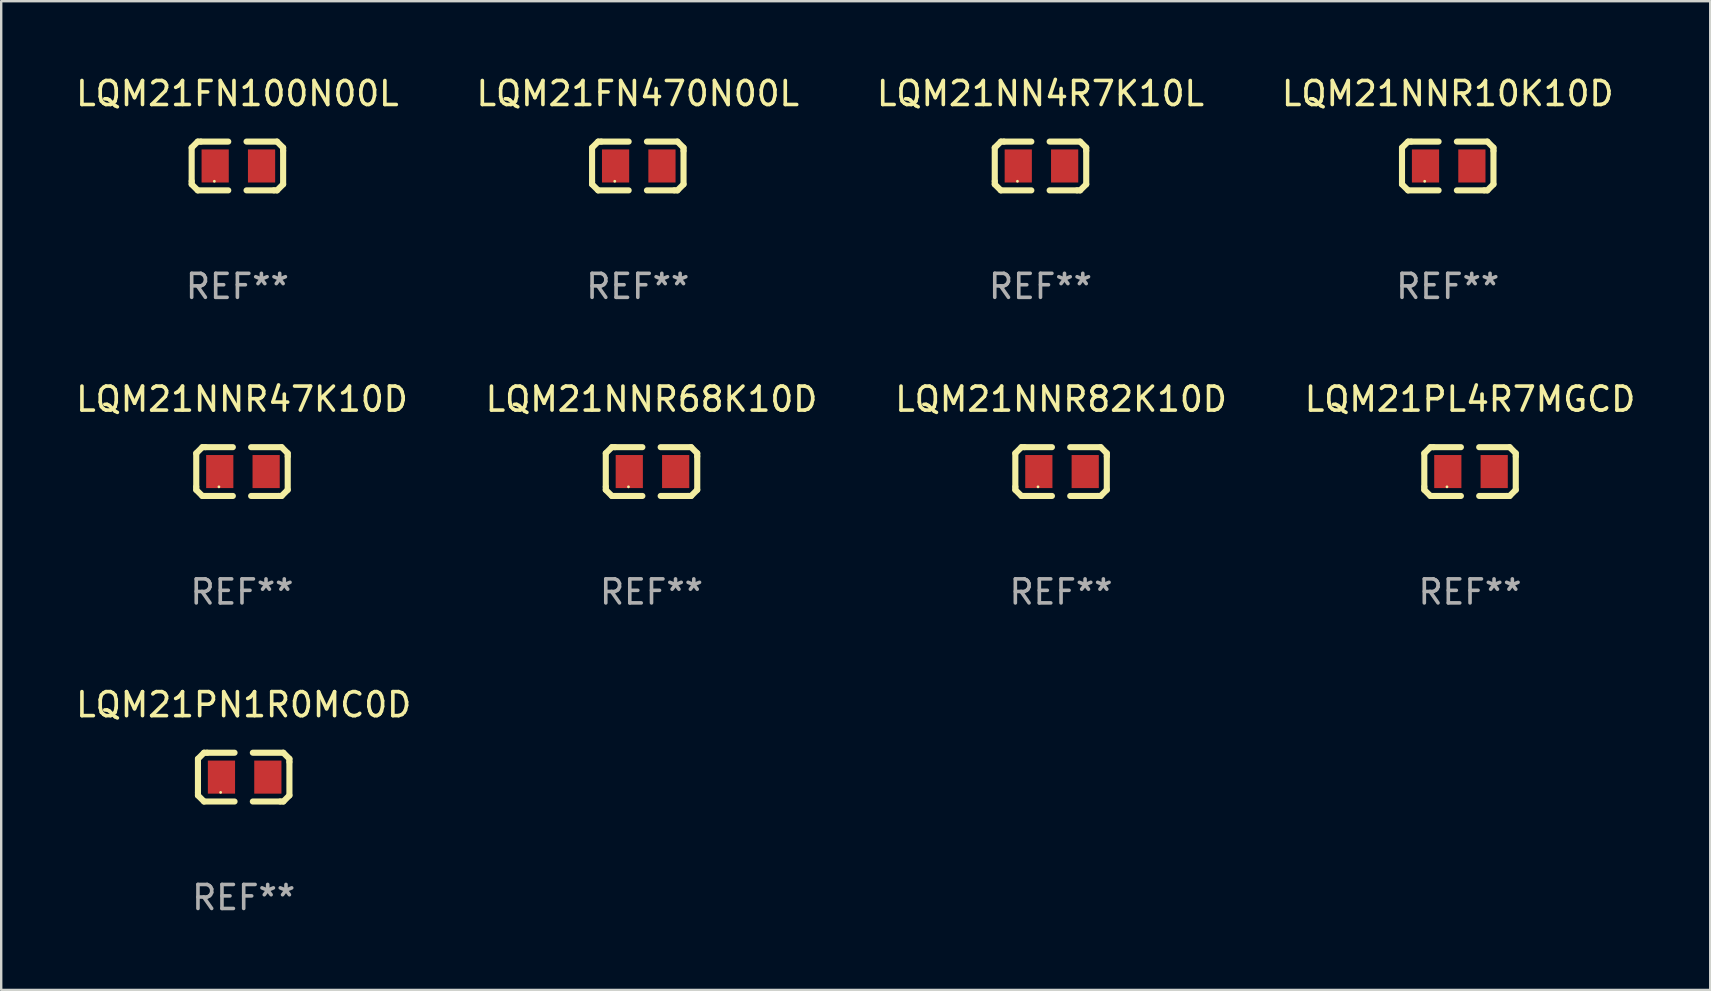
<source format=kicad_pcb>
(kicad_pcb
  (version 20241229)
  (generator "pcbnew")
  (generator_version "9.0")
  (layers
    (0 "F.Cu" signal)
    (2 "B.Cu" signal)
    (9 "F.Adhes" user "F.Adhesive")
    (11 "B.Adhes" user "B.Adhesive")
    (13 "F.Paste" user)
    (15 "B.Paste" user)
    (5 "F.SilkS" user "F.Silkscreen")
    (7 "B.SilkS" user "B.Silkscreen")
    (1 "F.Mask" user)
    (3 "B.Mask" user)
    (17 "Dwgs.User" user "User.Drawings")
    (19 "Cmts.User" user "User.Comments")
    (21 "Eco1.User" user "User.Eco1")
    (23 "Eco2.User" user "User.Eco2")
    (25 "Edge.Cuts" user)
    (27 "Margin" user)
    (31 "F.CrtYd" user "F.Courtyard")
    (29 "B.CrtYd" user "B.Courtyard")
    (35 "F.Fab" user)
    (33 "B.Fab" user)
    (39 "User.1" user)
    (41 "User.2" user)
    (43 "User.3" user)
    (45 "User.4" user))
  (footprint "LQM21NN4R7K10L"
    (layer "F.Cu")
    (at 40.292 3.864)
    (property "Reference" "LQM21NN4R7K10L" (at 0 -3.016 0) (layer "F.SilkS") (effects (font (size 1 1) (thickness 0.15))))
    (attr through_hole)
    (fp_line (start -1.905 -0.762) (end -1.905 0.635) (stroke (width 0.254) (type solid)) (layer "F.SilkS"))
    (fp_line (start -1.905 0.635) (end -1.905 0.762) (stroke (width 0.254) (type solid)) (layer "F.SilkS"))
    (fp_line (start -1.905 0.762) (end -1.651 1.016) (stroke (width 0.254) (type solid)) (layer "F.SilkS"))
    (fp_line (start -1.651 -1.016) (end -1.905 -0.762) (stroke (width 0.254) (type solid)) (layer "F.SilkS"))
    (fp_line (start -1.651 1.016) (end -0.381 1.016) (stroke (width 0.254) (type solid)) (layer "F.SilkS"))
    (fp_line (start -1.524 -1.016) (end -1.651 -1.016) (stroke (width 0.254) (type solid)) (layer "F.SilkS"))
    (fp_line (start -0.381 -1.016) (end -1.524 -1.016) (stroke (width 0.254) (type solid)) (layer "F.SilkS"))
    (fp_line (start 0.381 1.016) (end 1.524 1.016) (stroke (width 0.254) (type solid)) (layer "F.SilkS"))
    (fp_line (start 1.524 1.016) (end 1.651 1.016) (stroke (width 0.254) (type solid)) (layer "F.SilkS"))
    (fp_line (start 1.651 -1.016) (end 0.381 -1.016) (stroke (width 0.254) (type solid)) (layer "F.SilkS"))
    (fp_line (start 1.651 1.016) (end 1.905 0.762) (stroke (width 0.254) (type solid)) (layer "F.SilkS"))
    (fp_line (start 1.905 -0.762) (end 1.651 -1.016) (stroke (width 0.254) (type solid)) (layer "F.SilkS"))
    (fp_line (start 1.905 -0.635) (end 1.905 -0.762) (stroke (width 0.254) (type solid)) (layer "F.SilkS"))
    (fp_line (start 1.905 0.762) (end 1.905 -0.635) (stroke (width 0.254) (type solid)) (layer "F.SilkS"))
    (fp_circle (center -0.96 0.637) (end -0.93 0.637) (stroke (width 0.06) (type solid)) (fill no) (layer "F.SilkS"))
    (fp_text user "REF**" (at 0 5.016 0) (layer "F.Fab") (effects (font (size 1 1) (thickness 0.15))))
    (pad "1" smd rect (at -0.926 -0.000051) (size 1.133 1.377) (layers "F.Cu" "F.Mask" "F.Paste"))
    (pad "2" smd rect (at 1.006 -0.000051) (size 1.133 1.377) (layers "F.Cu" "F.Mask" "F.Paste")))
  (footprint "LQM21FN100N00L"
    (layer "F.Cu")
    (at 6.839 3.864)
    (property "Reference" "LQM21FN100N00L" (at 0 -3.016 0) (layer "F.SilkS") (effects (font (size 1 1) (thickness 0.15))))
    (attr through_hole)
    (fp_line (start -1.905 -0.762) (end -1.905 0.635) (stroke (width 0.254) (type solid)) (layer "F.SilkS"))
    (fp_line (start -1.905 0.635) (end -1.905 0.762) (stroke (width 0.254) (type solid)) (layer "F.SilkS"))
    (fp_line (start -1.905 0.762) (end -1.651 1.016) (stroke (width 0.254) (type solid)) (layer "F.SilkS"))
    (fp_line (start -1.651 -1.016) (end -1.905 -0.762) (stroke (width 0.254) (type solid)) (layer "F.SilkS"))
    (fp_line (start -1.651 1.016) (end -0.381 1.016) (stroke (width 0.254) (type solid)) (layer "F.SilkS"))
    (fp_line (start -1.524 -1.016) (end -1.651 -1.016) (stroke (width 0.254) (type solid)) (layer "F.SilkS"))
    (fp_line (start -0.381 -1.016) (end -1.524 -1.016) (stroke (width 0.254) (type solid)) (layer "F.SilkS"))
    (fp_line (start 0.381 1.016) (end 1.524 1.016) (stroke (width 0.254) (type solid)) (layer "F.SilkS"))
    (fp_line (start 1.524 1.016) (end 1.651 1.016) (stroke (width 0.254) (type solid)) (layer "F.SilkS"))
    (fp_line (start 1.651 -1.016) (end 0.381 -1.016) (stroke (width 0.254) (type solid)) (layer "F.SilkS"))
    (fp_line (start 1.651 1.016) (end 1.905 0.762) (stroke (width 0.254) (type solid)) (layer "F.SilkS"))
    (fp_line (start 1.905 -0.762) (end 1.651 -1.016) (stroke (width 0.254) (type solid)) (layer "F.SilkS"))
    (fp_line (start 1.905 -0.635) (end 1.905 -0.762) (stroke (width 0.254) (type solid)) (layer "F.SilkS"))
    (fp_line (start 1.905 0.762) (end 1.905 -0.635) (stroke (width 0.254) (type solid)) (layer "F.SilkS"))
    (fp_circle (center -0.96 0.637) (end -0.93 0.637) (stroke (width 0.06) (type solid)) (fill no) (layer "F.SilkS"))
    (fp_text user "REF**" (at 0 5.016 0) (layer "F.Fab") (effects (font (size 1 1) (thickness 0.15))))
    (pad "1" smd rect (at -0.926 -0.000051) (size 1.133 1.377) (layers "F.Cu" "F.Mask" "F.Paste"))
    (pad "2" smd rect (at 1.006 -0.000051) (size 1.133 1.377) (layers "F.Cu" "F.Mask" "F.Paste")))
  (footprint "LQM21NNR68K10D"
    (layer "F.Cu")
    (at 24.089 16.593)
    (property "Reference" "LQM21NNR68K10D" (at 0 -3.016 0) (layer "F.SilkS") (effects (font (size 1 1) (thickness 0.15))))
    (attr through_hole)
    (fp_line (start -1.905 -0.762) (end -1.905 0.635) (stroke (width 0.254) (type solid)) (layer "F.SilkS"))
    (fp_line (start -1.905 0.635) (end -1.905 0.762) (stroke (width 0.254) (type solid)) (layer "F.SilkS"))
    (fp_line (start -1.905 0.762) (end -1.651 1.016) (stroke (width 0.254) (type solid)) (layer "F.SilkS"))
    (fp_line (start -1.651 -1.016) (end -1.905 -0.762) (stroke (width 0.254) (type solid)) (layer "F.SilkS"))
    (fp_line (start -1.651 1.016) (end -0.381 1.016) (stroke (width 0.254) (type solid)) (layer "F.SilkS"))
    (fp_line (start -1.524 -1.016) (end -1.651 -1.016) (stroke (width 0.254) (type solid)) (layer "F.SilkS"))
    (fp_line (start -0.381 -1.016) (end -1.524 -1.016) (stroke (width 0.254) (type solid)) (layer "F.SilkS"))
    (fp_line (start 0.381 1.016) (end 1.524 1.016) (stroke (width 0.254) (type solid)) (layer "F.SilkS"))
    (fp_line (start 1.524 1.016) (end 1.651 1.016) (stroke (width 0.254) (type solid)) (layer "F.SilkS"))
    (fp_line (start 1.651 -1.016) (end 0.381 -1.016) (stroke (width 0.254) (type solid)) (layer "F.SilkS"))
    (fp_line (start 1.651 1.016) (end 1.905 0.762) (stroke (width 0.254) (type solid)) (layer "F.SilkS"))
    (fp_line (start 1.905 -0.762) (end 1.651 -1.016) (stroke (width 0.254) (type solid)) (layer "F.SilkS"))
    (fp_line (start 1.905 -0.635) (end 1.905 -0.762) (stroke (width 0.254) (type solid)) (layer "F.SilkS"))
    (fp_line (start 1.905 0.762) (end 1.905 -0.635) (stroke (width 0.254) (type solid)) (layer "F.SilkS"))
    (fp_circle (center -0.96 0.637) (end -0.93 0.637) (stroke (width 0.06) (type solid)) (fill no) (layer "F.SilkS"))
    (fp_text user "REF**" (at 0 5.016 0) (layer "F.Fab") (effects (font (size 1 1) (thickness 0.15))))
    (pad "1" smd rect (at -0.926 -0.000051) (size 1.133 1.377) (layers "F.Cu" "F.Mask" "F.Paste"))
    (pad "2" smd rect (at 1.006 -0.000051) (size 1.133 1.377) (layers "F.Cu" "F.Mask" "F.Paste")))
  (footprint "LQM21NNR10K10D"
    (layer "F.Cu")
    (at 57.256 3.864)
    (property "Reference" "LQM21NNR10K10D" (at 0 -3.016 0) (layer "F.SilkS") (effects (font (size 1 1) (thickness 0.15))))
    (attr through_hole)
    (fp_line (start -1.905 -0.762) (end -1.905 0.635) (stroke (width 0.254) (type solid)) (layer "F.SilkS"))
    (fp_line (start -1.905 0.635) (end -1.905 0.762) (stroke (width 0.254) (type solid)) (layer "F.SilkS"))
    (fp_line (start -1.905 0.762) (end -1.651 1.016) (stroke (width 0.254) (type solid)) (layer "F.SilkS"))
    (fp_line (start -1.651 -1.016) (end -1.905 -0.762) (stroke (width 0.254) (type solid)) (layer "F.SilkS"))
    (fp_line (start -1.651 1.016) (end -0.381 1.016) (stroke (width 0.254) (type solid)) (layer "F.SilkS"))
    (fp_line (start -1.524 -1.016) (end -1.651 -1.016) (stroke (width 0.254) (type solid)) (layer "F.SilkS"))
    (fp_line (start -0.381 -1.016) (end -1.524 -1.016) (stroke (width 0.254) (type solid)) (layer "F.SilkS"))
    (fp_line (start 0.381 1.016) (end 1.524 1.016) (stroke (width 0.254) (type solid)) (layer "F.SilkS"))
    (fp_line (start 1.524 1.016) (end 1.651 1.016) (stroke (width 0.254) (type solid)) (layer "F.SilkS"))
    (fp_line (start 1.651 -1.016) (end 0.381 -1.016) (stroke (width 0.254) (type solid)) (layer "F.SilkS"))
    (fp_line (start 1.651 1.016) (end 1.905 0.762) (stroke (width 0.254) (type solid)) (layer "F.SilkS"))
    (fp_line (start 1.905 -0.762) (end 1.651 -1.016) (stroke (width 0.254) (type solid)) (layer "F.SilkS"))
    (fp_line (start 1.905 -0.635) (end 1.905 -0.762) (stroke (width 0.254) (type solid)) (layer "F.SilkS"))
    (fp_line (start 1.905 0.762) (end 1.905 -0.635) (stroke (width 0.254) (type solid)) (layer "F.SilkS"))
    (fp_circle (center -0.96 0.637) (end -0.93 0.637) (stroke (width 0.06) (type solid)) (fill no) (layer "F.SilkS"))
    (fp_text user "REF**" (at 0 5.016 0) (layer "F.Fab") (effects (font (size 1 1) (thickness 0.15))))
    (pad "1" smd rect (at -0.926 -0.000051) (size 1.133 1.377) (layers "F.Cu" "F.Mask" "F.Paste"))
    (pad "2" smd rect (at 1.006 -0.000051) (size 1.133 1.377) (layers "F.Cu" "F.Mask" "F.Paste")))
  (footprint "LQM21NNR82K10D"
    (layer "F.Cu")
    (at 41.149 16.593)
    (property "Reference" "LQM21NNR82K10D" (at 0 -3.016 0) (layer "F.SilkS") (effects (font (size 1 1) (thickness 0.15))))
    (attr through_hole)
    (fp_line (start -1.905 -0.762) (end -1.905 0.635) (stroke (width 0.254) (type solid)) (layer "F.SilkS"))
    (fp_line (start -1.905 0.635) (end -1.905 0.762) (stroke (width 0.254) (type solid)) (layer "F.SilkS"))
    (fp_line (start -1.905 0.762) (end -1.651 1.016) (stroke (width 0.254) (type solid)) (layer "F.SilkS"))
    (fp_line (start -1.651 -1.016) (end -1.905 -0.762) (stroke (width 0.254) (type solid)) (layer "F.SilkS"))
    (fp_line (start -1.651 1.016) (end -0.381 1.016) (stroke (width 0.254) (type solid)) (layer "F.SilkS"))
    (fp_line (start -1.524 -1.016) (end -1.651 -1.016) (stroke (width 0.254) (type solid)) (layer "F.SilkS"))
    (fp_line (start -0.381 -1.016) (end -1.524 -1.016) (stroke (width 0.254) (type solid)) (layer "F.SilkS"))
    (fp_line (start 0.381 1.016) (end 1.524 1.016) (stroke (width 0.254) (type solid)) (layer "F.SilkS"))
    (fp_line (start 1.524 1.016) (end 1.651 1.016) (stroke (width 0.254) (type solid)) (layer "F.SilkS"))
    (fp_line (start 1.651 -1.016) (end 0.381 -1.016) (stroke (width 0.254) (type solid)) (layer "F.SilkS"))
    (fp_line (start 1.651 1.016) (end 1.905 0.762) (stroke (width 0.254) (type solid)) (layer "F.SilkS"))
    (fp_line (start 1.905 -0.762) (end 1.651 -1.016) (stroke (width 0.254) (type solid)) (layer "F.SilkS"))
    (fp_line (start 1.905 -0.635) (end 1.905 -0.762) (stroke (width 0.254) (type solid)) (layer "F.SilkS"))
    (fp_line (start 1.905 0.762) (end 1.905 -0.635) (stroke (width 0.254) (type solid)) (layer "F.SilkS"))
    (fp_circle (center -0.96 0.637) (end -0.93 0.637) (stroke (width 0.06) (type solid)) (fill no) (layer "F.SilkS"))
    (fp_text user "REF**" (at 0 5.016 0) (layer "F.Fab") (effects (font (size 1 1) (thickness 0.15))))
    (pad "1" smd rect (at -0.926 -0.000051) (size 1.133 1.377) (layers "F.Cu" "F.Mask" "F.Paste"))
    (pad "2" smd rect (at 1.006 -0.000051) (size 1.133 1.377) (layers "F.Cu" "F.Mask" "F.Paste")))
  (footprint "LQM21FN470N00L"
    (layer "F.Cu")
    (at 23.518 3.864)
    (property "Reference" "LQM21FN470N00L" (at 0 -3.016 0) (layer "F.SilkS") (effects (font (size 1 1) (thickness 0.15))))
    (attr through_hole)
    (fp_line (start -1.905 -0.762) (end -1.905 0.635) (stroke (width 0.254) (type solid)) (layer "F.SilkS"))
    (fp_line (start -1.905 0.635) (end -1.905 0.762) (stroke (width 0.254) (type solid)) (layer "F.SilkS"))
    (fp_line (start -1.905 0.762) (end -1.651 1.016) (stroke (width 0.254) (type solid)) (layer "F.SilkS"))
    (fp_line (start -1.651 -1.016) (end -1.905 -0.762) (stroke (width 0.254) (type solid)) (layer "F.SilkS"))
    (fp_line (start -1.651 1.016) (end -0.381 1.016) (stroke (width 0.254) (type solid)) (layer "F.SilkS"))
    (fp_line (start -1.524 -1.016) (end -1.651 -1.016) (stroke (width 0.254) (type solid)) (layer "F.SilkS"))
    (fp_line (start -0.381 -1.016) (end -1.524 -1.016) (stroke (width 0.254) (type solid)) (layer "F.SilkS"))
    (fp_line (start 0.381 1.016) (end 1.524 1.016) (stroke (width 0.254) (type solid)) (layer "F.SilkS"))
    (fp_line (start 1.524 1.016) (end 1.651 1.016) (stroke (width 0.254) (type solid)) (layer "F.SilkS"))
    (fp_line (start 1.651 -1.016) (end 0.381 -1.016) (stroke (width 0.254) (type solid)) (layer "F.SilkS"))
    (fp_line (start 1.651 1.016) (end 1.905 0.762) (stroke (width 0.254) (type solid)) (layer "F.SilkS"))
    (fp_line (start 1.905 -0.762) (end 1.651 -1.016) (stroke (width 0.254) (type solid)) (layer "F.SilkS"))
    (fp_line (start 1.905 -0.635) (end 1.905 -0.762) (stroke (width 0.254) (type solid)) (layer "F.SilkS"))
    (fp_line (start 1.905 0.762) (end 1.905 -0.635) (stroke (width 0.254) (type solid)) (layer "F.SilkS"))
    (fp_circle (center -0.96 0.637) (end -0.93 0.637) (stroke (width 0.06) (type solid)) (fill no) (layer "F.SilkS"))
    (fp_text user "REF**" (at 0 5.016 0) (layer "F.Fab") (effects (font (size 1 1) (thickness 0.15))))
    (pad "1" smd rect (at -0.926 -0.000051) (size 1.133 1.377) (layers "F.Cu" "F.Mask" "F.Paste"))
    (pad "2" smd rect (at 1.006 -0.000051) (size 1.133 1.377) (layers "F.Cu" "F.Mask" "F.Paste")))
  (footprint "LQM21NNR47K10D"
    (layer "F.Cu")
    (at 7.03 16.593)
    (property "Reference" "LQM21NNR47K10D" (at 0 -3.016 0) (layer "F.SilkS") (effects (font (size 1 1) (thickness 0.15))))
    (attr through_hole)
    (fp_line (start -1.905 -0.762) (end -1.905 0.635) (stroke (width 0.254) (type solid)) (layer "F.SilkS"))
    (fp_line (start -1.905 0.635) (end -1.905 0.762) (stroke (width 0.254) (type solid)) (layer "F.SilkS"))
    (fp_line (start -1.905 0.762) (end -1.651 1.016) (stroke (width 0.254) (type solid)) (layer "F.SilkS"))
    (fp_line (start -1.651 -1.016) (end -1.905 -0.762) (stroke (width 0.254) (type solid)) (layer "F.SilkS"))
    (fp_line (start -1.651 1.016) (end -0.381 1.016) (stroke (width 0.254) (type solid)) (layer "F.SilkS"))
    (fp_line (start -1.524 -1.016) (end -1.651 -1.016) (stroke (width 0.254) (type solid)) (layer "F.SilkS"))
    (fp_line (start -0.381 -1.016) (end -1.524 -1.016) (stroke (width 0.254) (type solid)) (layer "F.SilkS"))
    (fp_line (start 0.381 1.016) (end 1.524 1.016) (stroke (width 0.254) (type solid)) (layer "F.SilkS"))
    (fp_line (start 1.524 1.016) (end 1.651 1.016) (stroke (width 0.254) (type solid)) (layer "F.SilkS"))
    (fp_line (start 1.651 -1.016) (end 0.381 -1.016) (stroke (width 0.254) (type solid)) (layer "F.SilkS"))
    (fp_line (start 1.651 1.016) (end 1.905 0.762) (stroke (width 0.254) (type solid)) (layer "F.SilkS"))
    (fp_line (start 1.905 -0.762) (end 1.651 -1.016) (stroke (width 0.254) (type solid)) (layer "F.SilkS"))
    (fp_line (start 1.905 -0.635) (end 1.905 -0.762) (stroke (width 0.254) (type solid)) (layer "F.SilkS"))
    (fp_line (start 1.905 0.762) (end 1.905 -0.635) (stroke (width 0.254) (type solid)) (layer "F.SilkS"))
    (fp_circle (center -0.96 0.637) (end -0.93 0.637) (stroke (width 0.06) (type solid)) (fill no) (layer "F.SilkS"))
    (fp_text user "REF**" (at 0 5.016 0) (layer "F.Fab") (effects (font (size 1 1) (thickness 0.15))))
    (pad "1" smd rect (at -0.926 -0.000051) (size 1.133 1.377) (layers "F.Cu" "F.Mask" "F.Paste"))
    (pad "2" smd rect (at 1.006 -0.000051) (size 1.133 1.377) (layers "F.Cu" "F.Mask" "F.Paste")))
  (footprint "LQM21PN1R0MC0D"
    (layer "F.Cu")
    (at 7.101 29.321)
    (property "Reference" "LQM21PN1R0MC0D" (at 0 -3.016 0) (layer "F.SilkS") (effects (font (size 1 1) (thickness 0.15))))
    (attr through_hole)
    (fp_line (start -1.905 -0.762) (end -1.905 0.635) (stroke (width 0.254) (type solid)) (layer "F.SilkS"))
    (fp_line (start -1.905 0.635) (end -1.905 0.762) (stroke (width 0.254) (type solid)) (layer "F.SilkS"))
    (fp_line (start -1.905 0.762) (end -1.651 1.016) (stroke (width 0.254) (type solid)) (layer "F.SilkS"))
    (fp_line (start -1.651 -1.016) (end -1.905 -0.762) (stroke (width 0.254) (type solid)) (layer "F.SilkS"))
    (fp_line (start -1.651 1.016) (end -0.381 1.016) (stroke (width 0.254) (type solid)) (layer "F.SilkS"))
    (fp_line (start -1.524 -1.016) (end -1.651 -1.016) (stroke (width 0.254) (type solid)) (layer "F.SilkS"))
    (fp_line (start -0.381 -1.016) (end -1.524 -1.016) (stroke (width 0.254) (type solid)) (layer "F.SilkS"))
    (fp_line (start 0.381 1.016) (end 1.524 1.016) (stroke (width 0.254) (type solid)) (layer "F.SilkS"))
    (fp_line (start 1.524 1.016) (end 1.651 1.016) (stroke (width 0.254) (type solid)) (layer "F.SilkS"))
    (fp_line (start 1.651 -1.016) (end 0.381 -1.016) (stroke (width 0.254) (type solid)) (layer "F.SilkS"))
    (fp_line (start 1.651 1.016) (end 1.905 0.762) (stroke (width 0.254) (type solid)) (layer "F.SilkS"))
    (fp_line (start 1.905 -0.762) (end 1.651 -1.016) (stroke (width 0.254) (type solid)) (layer "F.SilkS"))
    (fp_line (start 1.905 -0.635) (end 1.905 -0.762) (stroke (width 0.254) (type solid)) (layer "F.SilkS"))
    (fp_line (start 1.905 0.762) (end 1.905 -0.635) (stroke (width 0.254) (type solid)) (layer "F.SilkS"))
    (fp_circle (center -0.96 0.637) (end -0.93 0.637) (stroke (width 0.06) (type solid)) (fill no) (layer "F.SilkS"))
    (fp_text user "REF**" (at 0 5.016 0) (layer "F.Fab") (effects (font (size 1 1) (thickness 0.15))))
    (pad "1" smd rect (at -0.926 -0.000051) (size 1.133 1.377) (layers "F.Cu" "F.Mask" "F.Paste"))
    (pad "2" smd rect (at 1.006 -0.000051) (size 1.133 1.377) (layers "F.Cu" "F.Mask" "F.Paste")))
  (footprint "LQM21PL4R7MGCD"
    (layer "F.Cu")
    (at 58.185 16.593)
    (property "Reference" "LQM21PL4R7MGCD" (at 0 -3.016 0) (layer "F.SilkS") (effects (font (size 1 1) (thickness 0.15))))
    (attr through_hole)
    (fp_line (start -1.905 -0.762) (end -1.905 0.635) (stroke (width 0.254) (type solid)) (layer "F.SilkS"))
    (fp_line (start -1.905 0.635) (end -1.905 0.762) (stroke (width 0.254) (type solid)) (layer "F.SilkS"))
    (fp_line (start -1.905 0.762) (end -1.651 1.016) (stroke (width 0.254) (type solid)) (layer "F.SilkS"))
    (fp_line (start -1.651 -1.016) (end -1.905 -0.762) (stroke (width 0.254) (type solid)) (layer "F.SilkS"))
    (fp_line (start -1.651 1.016) (end -0.381 1.016) (stroke (width 0.254) (type solid)) (layer "F.SilkS"))
    (fp_line (start -1.524 -1.016) (end -1.651 -1.016) (stroke (width 0.254) (type solid)) (layer "F.SilkS"))
    (fp_line (start -0.381 -1.016) (end -1.524 -1.016) (stroke (width 0.254) (type solid)) (layer "F.SilkS"))
    (fp_line (start 0.381 1.016) (end 1.524 1.016) (stroke (width 0.254) (type solid)) (layer "F.SilkS"))
    (fp_line (start 1.524 1.016) (end 1.651 1.016) (stroke (width 0.254) (type solid)) (layer "F.SilkS"))
    (fp_line (start 1.651 -1.016) (end 0.381 -1.016) (stroke (width 0.254) (type solid)) (layer "F.SilkS"))
    (fp_line (start 1.651 1.016) (end 1.905 0.762) (stroke (width 0.254) (type solid)) (layer "F.SilkS"))
    (fp_line (start 1.905 -0.762) (end 1.651 -1.016) (stroke (width 0.254) (type solid)) (layer "F.SilkS"))
    (fp_line (start 1.905 -0.635) (end 1.905 -0.762) (stroke (width 0.254) (type solid)) (layer "F.SilkS"))
    (fp_line (start 1.905 0.762) (end 1.905 -0.635) (stroke (width 0.254) (type solid)) (layer "F.SilkS"))
    (fp_circle (center -0.96 0.637) (end -0.93 0.637) (stroke (width 0.06) (type solid)) (fill no) (layer "F.SilkS"))
    (fp_text user "REF**" (at 0 5.016 0) (layer "F.Fab") (effects (font (size 1 1) (thickness 0.15))))
    (pad "1" smd rect (at -0.926 -0.000051) (size 1.133 1.377) (layers "F.Cu" "F.Mask" "F.Paste"))
    (pad "2" smd rect (at 1.006 -0.000051) (size 1.133 1.377) (layers "F.Cu" "F.Mask" "F.Paste")))
  (gr_rect
    (start -3 -3)
    (end 68.19 38.186)
    (stroke (width 0.1) (type default))
    (fill no)
    (layer "Edge.Cuts")))
</source>
